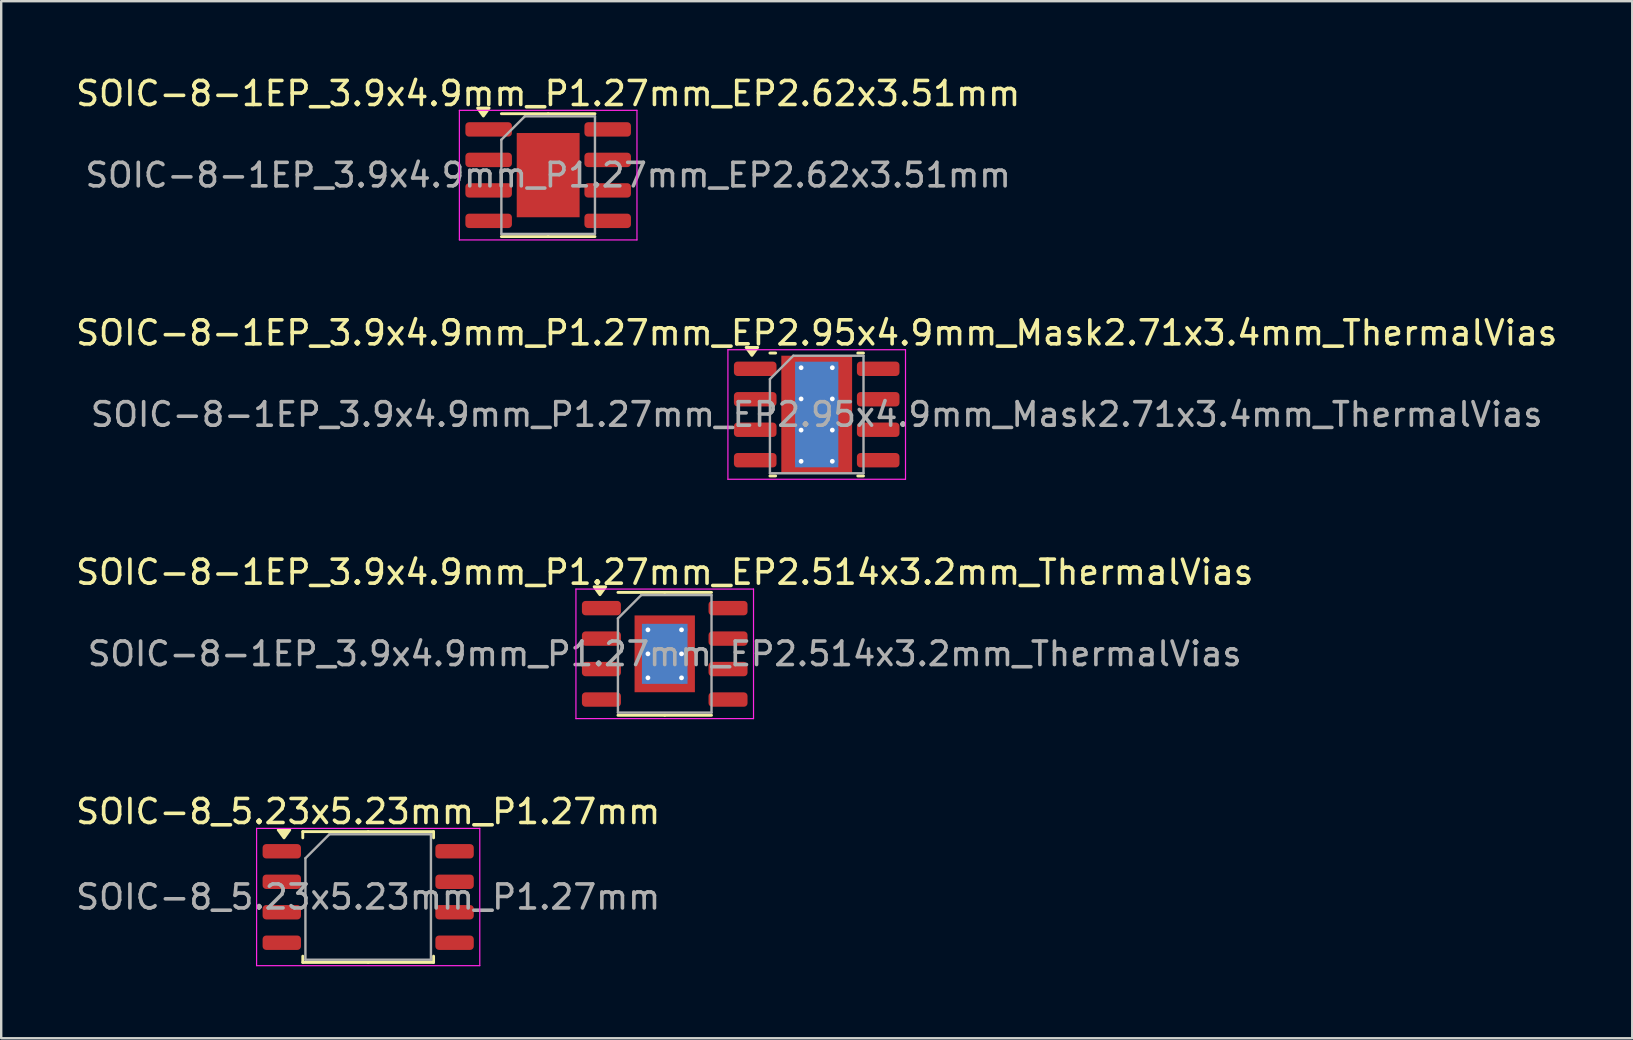
<source format=kicad_pcb>
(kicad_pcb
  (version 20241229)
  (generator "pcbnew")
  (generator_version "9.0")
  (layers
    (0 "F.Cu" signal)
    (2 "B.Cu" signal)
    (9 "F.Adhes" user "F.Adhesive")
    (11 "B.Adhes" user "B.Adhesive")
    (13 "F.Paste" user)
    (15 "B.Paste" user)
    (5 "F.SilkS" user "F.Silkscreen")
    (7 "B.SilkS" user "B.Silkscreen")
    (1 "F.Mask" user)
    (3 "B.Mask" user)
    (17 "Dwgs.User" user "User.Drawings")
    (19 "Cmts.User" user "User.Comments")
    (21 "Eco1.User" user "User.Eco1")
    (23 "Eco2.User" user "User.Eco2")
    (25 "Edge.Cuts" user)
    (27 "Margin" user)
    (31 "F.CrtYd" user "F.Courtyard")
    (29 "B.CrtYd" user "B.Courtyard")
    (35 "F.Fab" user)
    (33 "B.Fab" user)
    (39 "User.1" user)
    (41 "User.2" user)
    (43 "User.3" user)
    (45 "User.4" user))
  (footprint "SOIC-8-1EP_3.9x4.9mm_P1.27mm_EP2.62x3.51mm"
    (layer "F.Cu")
    (at 19.792 4.248)
    (property "Reference" "SOIC-8-1EP_3.9x4.9mm_P1.27mm_EP2.62x3.51mm" (at 0 -3.4 0) (layer "F.SilkS") (effects (font (size 1 1) (thickness 0.15))))
    (attr smd)
    (fp_line (start 0 -2.56) (end -1.95 -2.56) (stroke (width 0.12) (type solid)) (layer "F.SilkS"))
    (fp_line (start 0 -2.56) (end 1.95 -2.56) (stroke (width 0.12) (type solid)) (layer "F.SilkS"))
    (fp_line (start 0 2.56) (end -1.95 2.56) (stroke (width 0.12) (type solid)) (layer "F.SilkS"))
    (fp_line (start 0 2.56) (end 1.95 2.56) (stroke (width 0.12) (type solid)) (layer "F.SilkS"))
    (fp_poly (pts (xy -2.7 -2.465) (xy -2.94 -2.795) (xy -2.46 -2.795) (xy -2.7 -2.465)) (stroke (width 0.12) (type solid)) (fill yes) (layer "F.SilkS"))
    (fp_line (start -3.7 -2.7) (end -3.7 2.7) (stroke (width 0.05) (type solid)) (layer "F.CrtYd"))
    (fp_line (start -3.7 2.7) (end 3.7 2.7) (stroke (width 0.05) (type solid)) (layer "F.CrtYd"))
    (fp_line (start 3.7 -2.7) (end -3.7 -2.7) (stroke (width 0.05) (type solid)) (layer "F.CrtYd"))
    (fp_line (start 3.7 2.7) (end 3.7 -2.7) (stroke (width 0.05) (type solid)) (layer "F.CrtYd"))
    (fp_line (start -1.95 -1.475) (end -0.975 -2.45) (stroke (width 0.1) (type solid)) (layer "F.Fab"))
    (fp_line (start -1.95 2.45) (end -1.95 -1.475) (stroke (width 0.1) (type solid)) (layer "F.Fab"))
    (fp_line (start -0.975 -2.45) (end 1.95 -2.45) (stroke (width 0.1) (type solid)) (layer "F.Fab"))
    (fp_line (start 1.95 -2.45) (end 1.95 2.45) (stroke (width 0.1) (type solid)) (layer "F.Fab"))
    (fp_line (start 1.95 2.45) (end -1.95 2.45) (stroke (width 0.1) (type solid)) (layer "F.Fab"))
    (fp_text user "${REFERENCE}" (at 0 0 0) (layer "F.Fab") (effects (font (size 0.98 0.98) (thickness 0.15))))
    (pad "" smd roundrect (at -0.655 -0.875) (size 1.06 1.41) (layers "F.Paste") (roundrect_rratio 0.236))
    (pad "" smd roundrect (at -0.655 0.875) (size 1.06 1.41) (layers "F.Paste") (roundrect_rratio 0.236))
    (pad "" smd roundrect (at 0.655 -0.875) (size 1.06 1.41) (layers "F.Paste") (roundrect_rratio 0.236))
    (pad "" smd roundrect (at 0.655 0.875) (size 1.06 1.41) (layers "F.Paste") (roundrect_rratio 0.236))
    (pad "1" smd roundrect (at -2.48 -1.905) (size 1.94 0.6) (layers "F.Cu" "F.Mask" "F.Paste") (roundrect_rratio 0.25))
    (pad "2" smd roundrect (at -2.48 -0.635) (size 1.94 0.6) (layers "F.Cu" "F.Mask" "F.Paste") (roundrect_rratio 0.25))
    (pad "3" smd roundrect (at -2.48 0.635) (size 1.94 0.6) (layers "F.Cu" "F.Mask" "F.Paste") (roundrect_rratio 0.25))
    (pad "4" smd roundrect (at -2.48 1.905) (size 1.94 0.6) (layers "F.Cu" "F.Mask" "F.Paste") (roundrect_rratio 0.25))
    (pad "5" smd roundrect (at 2.48 1.905) (size 1.94 0.6) (layers "F.Cu" "F.Mask" "F.Paste") (roundrect_rratio 0.25))
    (pad "6" smd roundrect (at 2.48 0.635) (size 1.94 0.6) (layers "F.Cu" "F.Mask" "F.Paste") (roundrect_rratio 0.25))
    (pad "7" smd roundrect (at 2.48 -0.635) (size 1.94 0.6) (layers "F.Cu" "F.Mask" "F.Paste") (roundrect_rratio 0.25))
    (pad "8" smd roundrect (at 2.48 -1.905) (size 1.94 0.6) (layers "F.Cu" "F.Mask" "F.Paste") (roundrect_rratio 0.25))
    (pad "9" smd rect (at 0 0) (size 2.62 3.51) (property pad_prop_heatsink) (layers "F.Cu" "F.Mask")))
  (footprint "SOIC-8-1EP_3.9x4.9mm_P1.27mm_EP2.95x4.9mm_Mask2.71x3.4mm_ThermalVias"
    (layer "F.Cu")
    (at 30.982 14.222)
    (property "Reference" "SOIC-8-1EP_3.9x4.9mm_P1.27mm_EP2.95x4.9mm_Mask2.71x3.4mm_ThermalVias" (at 0 -3.4 0) (layer "F.SilkS") (effects (font (size 1 1) (thickness 0.15))))
    (attr smd)
    (fp_line (start -1.711 -2.56) (end -1.95 -2.56) (stroke (width 0.12) (type solid)) (layer "F.SilkS"))
    (fp_line (start -1.711 2.56) (end -1.95 2.56) (stroke (width 0.12) (type solid)) (layer "F.SilkS"))
    (fp_line (start 1.711 -2.56) (end 1.95 -2.56) (stroke (width 0.12) (type solid)) (layer "F.SilkS"))
    (fp_line (start 1.711 2.56) (end 1.95 2.56) (stroke (width 0.12) (type solid)) (layer "F.SilkS"))
    (fp_poly (pts (xy -2.7 -2.465) (xy -2.94 -2.795) (xy -2.46 -2.795) (xy -2.7 -2.465)) (stroke (width 0.12) (type solid)) (fill yes) (layer "F.SilkS"))
    (fp_line (start -3.7 -2.7) (end -3.7 2.7) (stroke (width 0.05) (type solid)) (layer "F.CrtYd"))
    (fp_line (start -3.7 2.7) (end 3.7 2.7) (stroke (width 0.05) (type solid)) (layer "F.CrtYd"))
    (fp_line (start 3.7 -2.7) (end -3.7 -2.7) (stroke (width 0.05) (type solid)) (layer "F.CrtYd"))
    (fp_line (start 3.7 2.7) (end 3.7 -2.7) (stroke (width 0.05) (type solid)) (layer "F.CrtYd"))
    (fp_line (start -1.95 -1.475) (end -0.975 -2.45) (stroke (width 0.1) (type solid)) (layer "F.Fab"))
    (fp_line (start -1.95 2.45) (end -1.95 -1.475) (stroke (width 0.1) (type solid)) (layer "F.Fab"))
    (fp_line (start -0.975 -2.45) (end 1.95 -2.45) (stroke (width 0.1) (type solid)) (layer "F.Fab"))
    (fp_line (start 1.95 -2.45) (end 1.95 2.45) (stroke (width 0.1) (type solid)) (layer "F.Fab"))
    (fp_line (start 1.95 2.45) (end -1.95 2.45) (stroke (width 0.1) (type solid)) (layer "F.Fab"))
    (fp_text user "${REFERENCE}" (at 0 0 0) (layer "F.Fab") (effects (font (size 0.98 0.98) (thickness 0.15))))
    (pad "" smd roundrect (at -0.68 -0.85) (size 1.13 1.42) (layers "F.Paste") (roundrect_rratio 0.221))
    (pad "" smd roundrect (at -0.68 0.85) (size 1.13 1.42) (layers "F.Paste") (roundrect_rratio 0.221))
    (pad "" smd rect (at 0 0) (size 2.71 3.4) (layers "F.Mask"))
    (pad "" smd roundrect (at 0.68 -0.85) (size 1.13 1.42) (layers "F.Paste") (roundrect_rratio 0.221))
    (pad "" smd roundrect (at 0.68 0.85) (size 1.13 1.42) (layers "F.Paste") (roundrect_rratio 0.221))
    (pad "1" smd roundrect (at -2.562 -1.905) (size 1.775 0.6) (layers "F.Cu" "F.Mask" "F.Paste") (roundrect_rratio 0.25))
    (pad "2" smd roundrect (at -2.562 -0.635) (size 1.775 0.6) (layers "F.Cu" "F.Mask" "F.Paste") (roundrect_rratio 0.25))
    (pad "3" smd roundrect (at -2.562 0.635) (size 1.775 0.6) (layers "F.Cu" "F.Mask" "F.Paste") (roundrect_rratio 0.25))
    (pad "4" smd roundrect (at -2.562 1.905) (size 1.775 0.6) (layers "F.Cu" "F.Mask" "F.Paste") (roundrect_rratio 0.25))
    (pad "5" smd roundrect (at 2.562 1.905) (size 1.775 0.6) (layers "F.Cu" "F.Mask" "F.Paste") (roundrect_rratio 0.25))
    (pad "6" smd roundrect (at 2.562 0.635) (size 1.775 0.6) (layers "F.Cu" "F.Mask" "F.Paste") (roundrect_rratio 0.25))
    (pad "7" smd roundrect (at 2.562 -0.635) (size 1.775 0.6) (layers "F.Cu" "F.Mask" "F.Paste") (roundrect_rratio 0.25))
    (pad "8" smd roundrect (at 2.562 -1.905) (size 1.775 0.6) (layers "F.Cu" "F.Mask" "F.Paste") (roundrect_rratio 0.25))
    (pad "9" thru_hole circle (at -0.65 -1.95) (size 0.5 0.5) (drill 0.2) (property pad_prop_heatsink) (layers "*.Cu"))
    (pad "9" thru_hole circle (at -0.65 -0.65) (size 0.5 0.5) (drill 0.2) (property pad_prop_heatsink) (layers "*.Cu"))
    (pad "9" thru_hole circle (at -0.65 0.65) (size 0.5 0.5) (drill 0.2) (property pad_prop_heatsink) (layers "*.Cu"))
    (pad "9" thru_hole circle (at -0.65 1.95) (size 0.5 0.5) (drill 0.2) (property pad_prop_heatsink) (layers "*.Cu"))
    (pad "9" smd rect (at 0 0) (size 1.8 4.4) (property pad_prop_heatsink) (layers "B.Cu"))
    (pad "9" smd rect (at 0 0) (size 2.95 4.9) (property pad_prop_heatsink) (layers "F.Cu"))
    (pad "9" thru_hole circle (at 0.65 -1.95) (size 0.5 0.5) (drill 0.2) (property pad_prop_heatsink) (layers "*.Cu"))
    (pad "9" thru_hole circle (at 0.65 -0.65) (size 0.5 0.5) (drill 0.2) (property pad_prop_heatsink) (layers "*.Cu"))
    (pad "9" thru_hole circle (at 0.65 0.65) (size 0.5 0.5) (drill 0.2) (property pad_prop_heatsink) (layers "*.Cu"))
    (pad "9" thru_hole circle (at 0.65 1.95) (size 0.5 0.5) (drill 0.2) (property pad_prop_heatsink) (layers "*.Cu")))
  (footprint "SOIC-8-1EP_3.9x4.9mm_P1.27mm_EP2.514x3.2mm_ThermalVias"
    (layer "F.Cu")
    (at 24.649 24.195)
    (property "Reference" "SOIC-8-1EP_3.9x4.9mm_P1.27mm_EP2.514x3.2mm_ThermalVias" (at 0 -3.4 0) (layer "F.SilkS") (effects (font (size 1 1) (thickness 0.15))))
    (attr smd)
    (fp_line (start 0 -2.56) (end -1.95 -2.56) (stroke (width 0.12) (type solid)) (layer "F.SilkS"))
    (fp_line (start 0 -2.56) (end 1.95 -2.56) (stroke (width 0.12) (type solid)) (layer "F.SilkS"))
    (fp_line (start 0 2.56) (end -1.95 2.56) (stroke (width 0.12) (type solid)) (layer "F.SilkS"))
    (fp_line (start 0 2.56) (end 1.95 2.56) (stroke (width 0.12) (type solid)) (layer "F.SilkS"))
    (fp_poly (pts (xy -2.7 -2.465) (xy -2.94 -2.795) (xy -2.46 -2.795) (xy -2.7 -2.465)) (stroke (width 0.12) (type solid)) (fill yes) (layer "F.SilkS"))
    (fp_line (start -3.7 -2.7) (end -3.7 2.7) (stroke (width 0.05) (type solid)) (layer "F.CrtYd"))
    (fp_line (start -3.7 2.7) (end 3.7 2.7) (stroke (width 0.05) (type solid)) (layer "F.CrtYd"))
    (fp_line (start 3.7 -2.7) (end -3.7 -2.7) (stroke (width 0.05) (type solid)) (layer "F.CrtYd"))
    (fp_line (start 3.7 2.7) (end 3.7 -2.7) (stroke (width 0.05) (type solid)) (layer "F.CrtYd"))
    (fp_line (start -1.95 -1.475) (end -0.975 -2.45) (stroke (width 0.1) (type solid)) (layer "F.Fab"))
    (fp_line (start -1.95 2.45) (end -1.95 -1.475) (stroke (width 0.1) (type solid)) (layer "F.Fab"))
    (fp_line (start -0.975 -2.45) (end 1.95 -2.45) (stroke (width 0.1) (type solid)) (layer "F.Fab"))
    (fp_line (start 1.95 -2.45) (end 1.95 2.45) (stroke (width 0.1) (type solid)) (layer "F.Fab"))
    (fp_line (start 1.95 2.45) (end -1.95 2.45) (stroke (width 0.1) (type solid)) (layer "F.Fab"))
    (fp_text user "${REFERENCE}" (at 0 0 0) (layer "F.Fab") (effects (font (size 0.98 0.98) (thickness 0.15))))
    (pad "" smd roundrect (at -0.63 -0.8) (size 1.05 1.34) (layers "F.Paste") (roundrect_rratio 0.238))
    (pad "" smd roundrect (at -0.63 0.8) (size 1.05 1.34) (layers "F.Paste") (roundrect_rratio 0.238))
    (pad "" smd roundrect (at 0.63 -0.8) (size 1.05 1.34) (layers "F.Paste") (roundrect_rratio 0.238))
    (pad "" smd roundrect (at 0.63 0.8) (size 1.05 1.34) (layers "F.Paste") (roundrect_rratio 0.238))
    (pad "1" smd roundrect (at -2.638 -1.905) (size 1.625 0.6) (layers "F.Cu" "F.Mask" "F.Paste") (roundrect_rratio 0.25))
    (pad "2" smd roundrect (at -2.638 -0.635) (size 1.625 0.6) (layers "F.Cu" "F.Mask" "F.Paste") (roundrect_rratio 0.25))
    (pad "3" smd roundrect (at -2.638 0.635) (size 1.625 0.6) (layers "F.Cu" "F.Mask" "F.Paste") (roundrect_rratio 0.25))
    (pad "4" smd roundrect (at -2.638 1.905) (size 1.625 0.6) (layers "F.Cu" "F.Mask" "F.Paste") (roundrect_rratio 0.25))
    (pad "5" smd roundrect (at 2.638 1.905) (size 1.625 0.6) (layers "F.Cu" "F.Mask" "F.Paste") (roundrect_rratio 0.25))
    (pad "6" smd roundrect (at 2.638 0.635) (size 1.625 0.6) (layers "F.Cu" "F.Mask" "F.Paste") (roundrect_rratio 0.25))
    (pad "7" smd roundrect (at 2.638 -0.635) (size 1.625 0.6) (layers "F.Cu" "F.Mask" "F.Paste") (roundrect_rratio 0.25))
    (pad "8" smd roundrect (at 2.638 -1.905) (size 1.625 0.6) (layers "F.Cu" "F.Mask" "F.Paste") (roundrect_rratio 0.25))
    (pad "9" thru_hole circle (at -0.7 -1) (size 0.5 0.5) (drill 0.2) (property pad_prop_heatsink) (layers "*.Cu"))
    (pad "9" thru_hole circle (at -0.7 0) (size 0.5 0.5) (drill 0.2) (property pad_prop_heatsink) (layers "*.Cu"))
    (pad "9" thru_hole circle (at -0.7 1) (size 0.5 0.5) (drill 0.2) (property pad_prop_heatsink) (layers "*.Cu"))
    (pad "9" smd rect (at 0 0) (size 1.9 2.5) (property pad_prop_heatsink) (layers "B.Cu"))
    (pad "9" smd rect (at 0 0) (size 2.514 3.2) (property pad_prop_heatsink) (layers "F.Cu" "F.Mask"))
    (pad "9" thru_hole circle (at 0.7 -1) (size 0.5 0.5) (drill 0.2) (property pad_prop_heatsink) (layers "*.Cu"))
    (pad "9" thru_hole circle (at 0.7 0) (size 0.5 0.5) (drill 0.2) (property pad_prop_heatsink) (layers "*.Cu"))
    (pad "9" thru_hole circle (at 0.7 1) (size 0.5 0.5) (drill 0.2) (property pad_prop_heatsink) (layers "*.Cu")))
  (footprint "SOIC-8_5.23x5.23mm_P1.27mm"
    (layer "F.Cu")
    (at 12.292 34.328)
    (property "Reference" "SOIC-8_5.23x5.23mm_P1.27mm" (at 0 -3.56 0) (layer "F.SilkS") (effects (font (size 1 1) (thickness 0.15))))
    (attr smd)
    (fp_line (start -2.725 -2.725) (end -2.725 -2.465) (stroke (width 0.12) (type solid)) (layer "F.SilkS"))
    (fp_line (start -2.725 2.725) (end -2.725 2.465) (stroke (width 0.12) (type solid)) (layer "F.SilkS"))
    (fp_line (start 0 -2.725) (end -2.725 -2.725) (stroke (width 0.12) (type solid)) (layer "F.SilkS"))
    (fp_line (start 0 -2.725) (end 2.725 -2.725) (stroke (width 0.12) (type solid)) (layer "F.SilkS"))
    (fp_line (start 0 2.725) (end -2.725 2.725) (stroke (width 0.12) (type solid)) (layer "F.SilkS"))
    (fp_line (start 0 2.725) (end 2.725 2.725) (stroke (width 0.12) (type solid)) (layer "F.SilkS"))
    (fp_line (start 2.725 -2.725) (end 2.725 -2.465) (stroke (width 0.12) (type solid)) (layer "F.SilkS"))
    (fp_line (start 2.725 2.725) (end 2.725 2.465) (stroke (width 0.12) (type solid)) (layer "F.SilkS"))
    (fp_poly (pts (xy -3.507 -2.465) (xy -3.748 -2.795) (xy -3.268 -2.795) (xy -3.507 -2.465)) (stroke (width 0.12) (type solid)) (fill yes) (layer "F.SilkS"))
    (fp_line (start -4.65 -2.86) (end -4.65 2.86) (stroke (width 0.05) (type solid)) (layer "F.CrtYd"))
    (fp_line (start -4.65 2.86) (end 4.65 2.86) (stroke (width 0.05) (type solid)) (layer "F.CrtYd"))
    (fp_line (start 4.65 -2.86) (end -4.65 -2.86) (stroke (width 0.05) (type solid)) (layer "F.CrtYd"))
    (fp_line (start 4.65 2.86) (end 4.65 -2.86) (stroke (width 0.05) (type solid)) (layer "F.CrtYd"))
    (fp_line (start -2.615 -1.615) (end -1.615 -2.615) (stroke (width 0.1) (type solid)) (layer "F.Fab"))
    (fp_line (start -2.615 2.615) (end -2.615 -1.615) (stroke (width 0.1) (type solid)) (layer "F.Fab"))
    (fp_line (start -1.615 -2.615) (end 2.615 -2.615) (stroke (width 0.1) (type solid)) (layer "F.Fab"))
    (fp_line (start 2.615 -2.615) (end 2.615 2.615) (stroke (width 0.1) (type solid)) (layer "F.Fab"))
    (fp_line (start 2.615 2.615) (end -2.615 2.615) (stroke (width 0.1) (type solid)) (layer "F.Fab"))
    (fp_text user "${REFERENCE}" (at 0 0 0) (layer "F.Fab") (effects (font (size 1 1) (thickness 0.15))))
    (pad "1" smd roundrect (at -3.6 -1.905) (size 1.6 0.6) (layers "F.Cu" "F.Mask" "F.Paste") (roundrect_rratio 0.25))
    (pad "2" smd roundrect (at -3.6 -0.635) (size 1.6 0.6) (layers "F.Cu" "F.Mask" "F.Paste") (roundrect_rratio 0.25))
    (pad "3" smd roundrect (at -3.6 0.635) (size 1.6 0.6) (layers "F.Cu" "F.Mask" "F.Paste") (roundrect_rratio 0.25))
    (pad "4" smd roundrect (at -3.6 1.905) (size 1.6 0.6) (layers "F.Cu" "F.Mask" "F.Paste") (roundrect_rratio 0.25))
    (pad "5" smd roundrect (at 3.6 1.905) (size 1.6 0.6) (layers "F.Cu" "F.Mask" "F.Paste") (roundrect_rratio 0.25))
    (pad "6" smd roundrect (at 3.6 0.635) (size 1.6 0.6) (layers "F.Cu" "F.Mask" "F.Paste") (roundrect_rratio 0.25))
    (pad "7" smd roundrect (at 3.6 -0.635) (size 1.6 0.6) (layers "F.Cu" "F.Mask" "F.Paste") (roundrect_rratio 0.25))
    (pad "8" smd roundrect (at 3.6 -1.905) (size 1.6 0.6) (layers "F.Cu" "F.Mask" "F.Paste") (roundrect_rratio 0.25)))
  (gr_rect
    (start -3 -3)
    (end 64.964 40.213)
    (stroke (width 0.1) (type default))
    (fill no)
    (layer "Edge.Cuts")))
</source>
